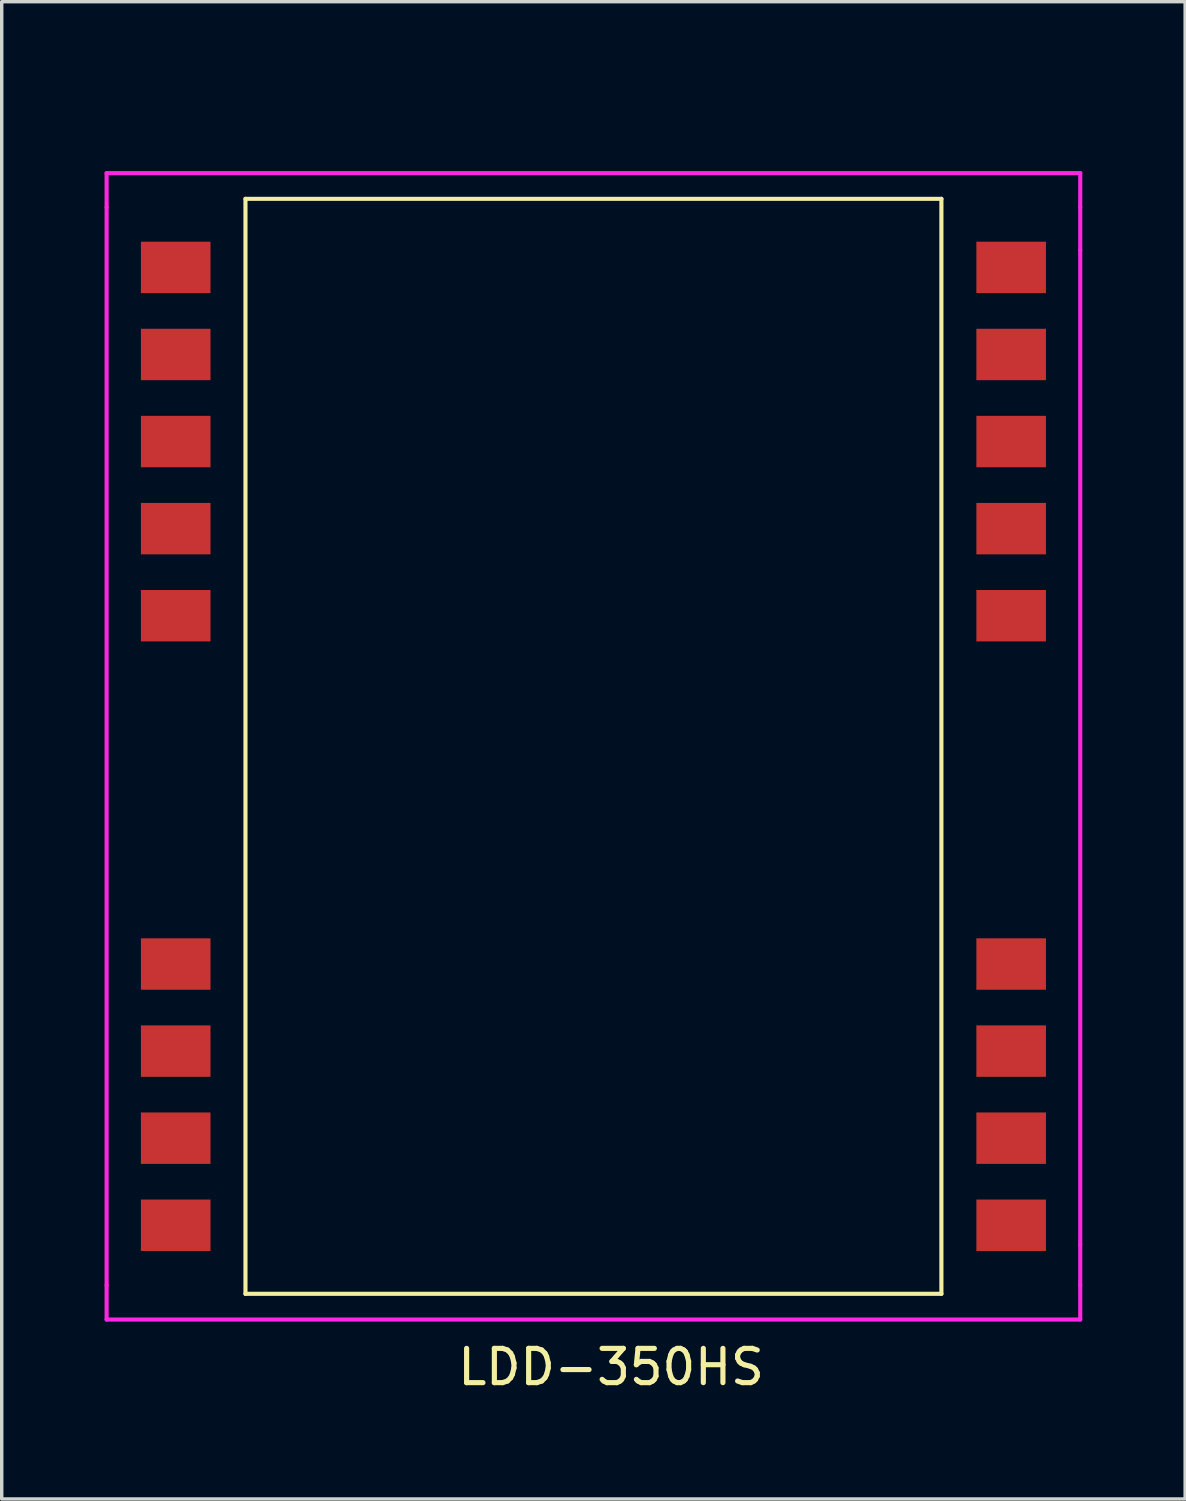
<source format=kicad_pcb>
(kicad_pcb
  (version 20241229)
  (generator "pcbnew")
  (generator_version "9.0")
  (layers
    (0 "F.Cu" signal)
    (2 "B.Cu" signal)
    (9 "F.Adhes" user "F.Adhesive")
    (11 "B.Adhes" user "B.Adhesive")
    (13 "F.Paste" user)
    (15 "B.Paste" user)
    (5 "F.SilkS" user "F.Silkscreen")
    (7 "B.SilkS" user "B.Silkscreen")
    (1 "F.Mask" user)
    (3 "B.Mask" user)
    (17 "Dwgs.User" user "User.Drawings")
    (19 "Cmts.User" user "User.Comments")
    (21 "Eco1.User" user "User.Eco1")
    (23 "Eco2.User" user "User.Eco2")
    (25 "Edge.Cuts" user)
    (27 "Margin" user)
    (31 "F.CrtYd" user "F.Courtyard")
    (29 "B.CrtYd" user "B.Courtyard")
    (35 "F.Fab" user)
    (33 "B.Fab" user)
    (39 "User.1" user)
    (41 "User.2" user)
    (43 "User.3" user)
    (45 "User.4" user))
  (footprint "LDD-350HS"
    (layer "F.Cu")
    (at 2.075 0.25)
    (property "Reference" "LDD-350HS" (at 12.7 36.576 0) (layer "F.SilkS") (effects (font (size 1 1) (thickness 0.15))))
    (attr through_hole)
    (fp_line (start 2.035 2.5) (end 2.035 34.44) (stroke (width 0.12) (type solid)) (layer "F.SilkS"))
    (fp_line (start 2.035 2.5) (end 22.335 2.5) (stroke (width 0.12) (type solid)) (layer "F.SilkS"))
    (fp_line (start 2.035 34.44) (end 22.335 34.44) (stroke (width 0.12) (type solid)) (layer "F.SilkS"))
    (fp_line (start 22.335 2.5) (end 22.335 34.44) (stroke (width 0.12) (type solid)) (layer "F.SilkS"))
    (fp_line (start -2.015 1.75) (end -2.015 2.75) (stroke (width 0.12) (type solid)) (layer "F.CrtYd"))
    (fp_line (start -2.015 1.75) (end 26.385 1.75) (stroke (width 0.12) (type solid)) (layer "F.CrtYd"))
    (fp_line (start -2.015 2.75) (end -2.015 34.19) (stroke (width 0.12) (type solid)) (layer "F.CrtYd"))
    (fp_line (start -2.015 34.19) (end -2.015 35.19) (stroke (width 0.12) (type solid)) (layer "F.CrtYd"))
    (fp_line (start -2.015 35.19) (end 26.385 35.19) (stroke (width 0.12) (type solid)) (layer "F.CrtYd"))
    (fp_line (start 26.385 1.75) (end 26.385 2.75) (stroke (width 0.12) (type solid)) (layer "F.CrtYd"))
    (fp_line (start 26.385 2.75) (end 26.385 4) (stroke (width 0.12) (type solid)) (layer "F.CrtYd"))
    (fp_line (start 26.385 4) (end 26.385 33) (stroke (width 0.12) (type solid)) (layer "F.CrtYd"))
    (fp_line (start 26.385 33) (end 26.385 34.19) (stroke (width 0.12) (type solid)) (layer "F.CrtYd"))
    (fp_line (start 26.385 34.19) (end 26.385 35.19) (stroke (width 0.12) (type solid)) (layer "F.CrtYd"))
    (pad "1" smd rect (at 0 4.5) (size 2.03 1.5) (layers "F.Cu" "F.Mask" "F.Paste"))
    (pad "2" smd rect (at 0 7.04) (size 2.03 1.5) (layers "F.Cu" "F.Mask" "F.Paste"))
    (pad "3" smd rect (at 0 9.58) (size 2.03 1.5) (layers "F.Cu" "F.Mask" "F.Paste"))
    (pad "4" smd rect (at 0 12.12) (size 2.03 1.5) (layers "F.Cu" "F.Mask" "F.Paste"))
    (pad "5" smd rect (at 0 14.66) (size 2.03 1.5) (layers "F.Cu" "F.Mask" "F.Paste"))
    (pad "9" smd rect (at 0 24.82) (size 2.03 1.5) (layers "F.Cu" "F.Mask" "F.Paste"))
    (pad "10" smd rect (at 0 27.36) (size 2.03 1.5) (layers "F.Cu" "F.Mask" "F.Paste"))
    (pad "11" smd rect (at 0 29.9) (size 2.03 1.5) (layers "F.Cu" "F.Mask" "F.Paste"))
    (pad "12" smd rect (at 0 32.44) (size 2.03 1.5) (layers "F.Cu" "F.Mask" "F.Paste"))
    (pad "13" smd rect (at 24.37 32.44) (size 2.03 1.5) (layers "F.Cu" "F.Mask" "F.Paste"))
    (pad "14" smd rect (at 24.37 29.9) (size 2.03 1.5) (layers "F.Cu" "F.Mask" "F.Paste"))
    (pad "15" smd rect (at 24.37 27.36) (size 2.03 1.5) (layers "F.Cu" "F.Mask" "F.Paste"))
    (pad "16" smd rect (at 24.37 24.82) (size 2.03 1.5) (layers "F.Cu" "F.Mask" "F.Paste"))
    (pad "20" smd rect (at 24.37 14.66) (size 2.03 1.5) (layers "F.Cu" "F.Mask" "F.Paste"))
    (pad "21" smd rect (at 24.37 12.12) (size 2.03 1.5) (layers "F.Cu" "F.Mask" "F.Paste"))
    (pad "22" smd rect (at 24.37 9.58) (size 2.03 1.5) (layers "F.Cu" "F.Mask" "F.Paste"))
    (pad "23" smd rect (at 24.37 7.04) (size 2.03 1.5) (layers "F.Cu" "F.Mask" "F.Paste"))
    (pad "24" smd rect (at 24.37 4.5) (size 2.03 1.5) (layers "F.Cu" "F.Mask" "F.Paste")))
  (gr_rect
    (start -3 -3)
    (end 31.52 40.674)
    (stroke (width 0.1) (type default))
    (fill no)
    (layer "Edge.Cuts")))
</source>
